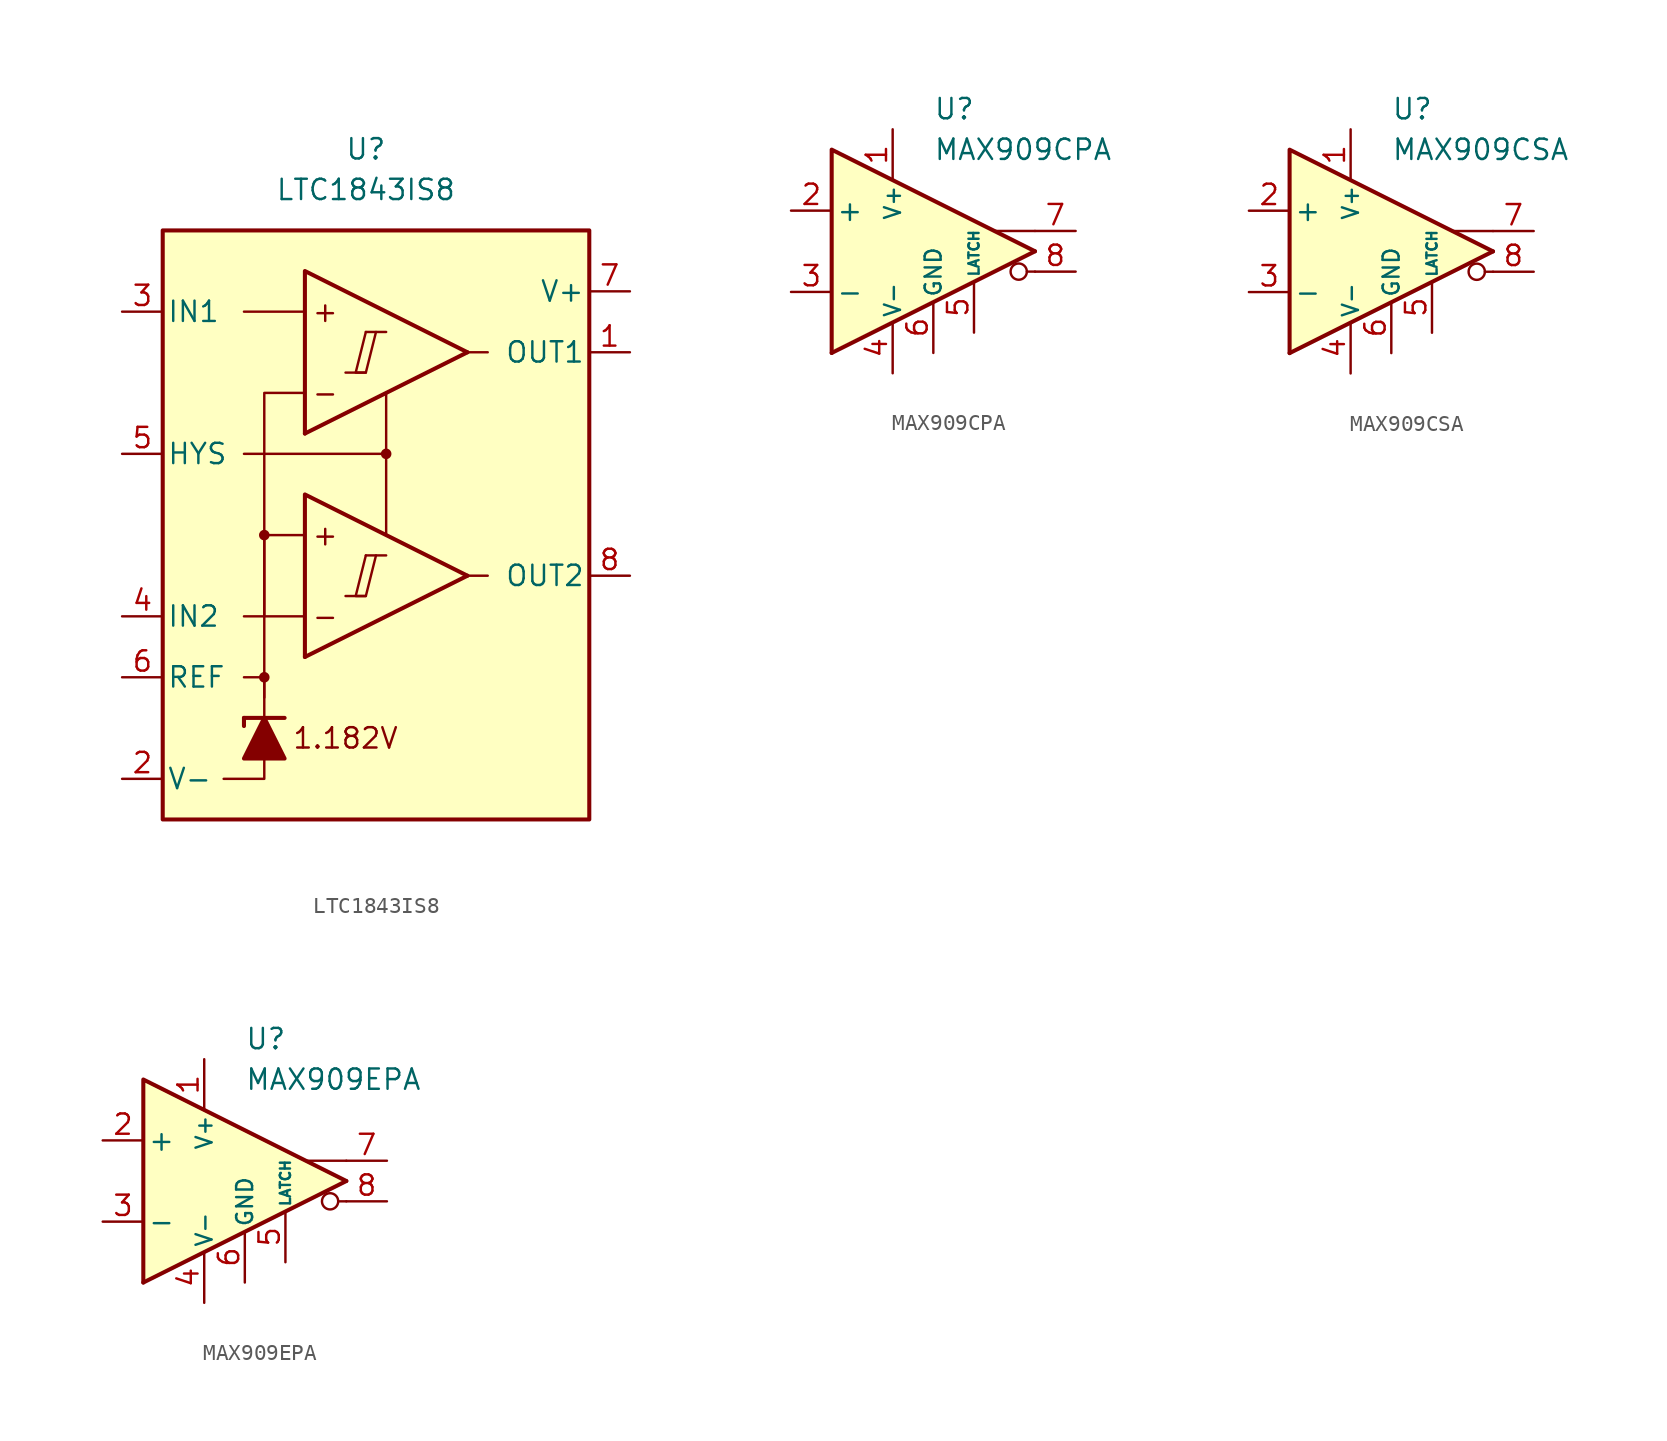
<source format=kicad_sym>
(kicad_symbol_lib
  (version 20211014)
  (generator kicad_symbol_editor)
  (symbol "LTC1843IS8"
    (pin_names
      (offset 0.254))
    (property "Reference" "U"
      (at -1.27 22.86 0)
      (effects (font (size 1.27 1.27))))
    (property "Value" "LTC1843IS8"
      (at -1.27 20.32 0)
      (effects (font (size 1.27 1.27))))
    (symbol "LTC1843IS8_0_0"
      (rectangle (start -13.97 17.78) (end 12.7 -19.05) (stroke (width 0.254) (type default) (color 0 0 0 0)) (fill (type background)))
      (circle (center -7.62 -10.16) (radius 0.254) (stroke (width 0.152) (type default) (color 0 0 0 0)) (fill (type outline)))
      (circle (center -7.62 -1.27) (radius 0.254) (stroke (width 0.152) (type default) (color 0 0 0 0)) (fill (type outline)))
      (polyline (pts (xy -2.54 -5.08) (xy -1.27 -5.08)) (stroke (width 0.152) (type default) (color 0 0 0 0)) (fill (type none)))
      (polyline (pts (xy -2.54 8.89) (xy -1.27 8.89)) (stroke (width 0.152) (type default) (color 0 0 0 0)) (fill (type none)))
      (polyline (pts (xy -1.27 -2.54) (xy 0 -2.54)) (stroke (width 0.152) (type default) (color 0 0 0 0)) (fill (type none)))
      (polyline (pts (xy -1.27 11.43) (xy 0 11.43)) (stroke (width 0.152) (type default) (color 0 0 0 0)) (fill (type none)))
      (polyline (pts (xy 5.08 -3.81) (xy -5.08 -8.89)) (stroke (width 0.254) (type default) (color 0 0 0 0)) (fill (type none)))
      (polyline (pts (xy 5.08 10.16) (xy -5.08 5.08)) (stroke (width 0.254) (type default) (color 0 0 0 0)) (fill (type none)))
      (polyline (pts (xy 5.08 -3.81) (xy -5.08 1.27) (xy -5.08 -8.89)) (stroke (width 0.254) (type default) (color 0 0 0 0)) (fill (type background)))
      (polyline (pts (xy 5.08 10.16) (xy -5.08 15.24) (xy -5.08 5.08)) (stroke (width 0.254) (type default) (color 0 0 0 0)) (fill (type background)))
      (polyline (pts (xy -1.27 -2.54) (xy -1.905 -5.08) (xy -1.27 -5.08) (xy -0.635 -2.54)) (stroke (width 0.152) (type default) (color 0 0 0 0)) (fill (type none)))
      (polyline (pts (xy -1.27 11.43) (xy -1.905 8.89) (xy -1.27 8.89) (xy -0.635 11.43)) (stroke (width 0.152) (type default) (color 0 0 0 0)) (fill (type none)))
      (circle (center 0 3.81) (radius 0.254) (stroke (width 0.152) (type default) (color 0 0 0 0)) (fill (type outline)))
      (text "+" (at -3.81 -1.27 0) (effects (font (size 1.27 1.27))))
      (text "+" (at -3.81 12.7 0) (effects (font (size 1.27 1.27))))
      (text "-" (at -3.81 -6.35 0) (effects (font (size 1.27 1.27))))
      (text "-" (at -3.81 7.62 0) (effects (font (size 1.27 1.27))))
      (text "1.182V" (at -2.54 -13.97 0) (effects (font (size 1.27 1.27)))))
    (symbol "LTC1843IS8_0_1"
      (polyline (pts (xy -8.89 -12.7) (xy -8.89 -13.208)) (stroke (width 0.254) (type default) (color 0 0 0 0)) (fill (type none)))
      (polyline (pts (xy -8.89 -12.7) (xy -6.35 -12.7)) (stroke (width 0.254) (type default) (color 0 0 0 0)) (fill (type none)))
      (polyline (pts (xy -5.08 -6.35) (xy -8.89 -6.35)) (stroke (width 0) (type default) (color 0 0 0 0)) (fill (type none)))
      (polyline (pts (xy -5.08 12.7) (xy -8.89 12.7)) (stroke (width 0) (type default) (color 0 0 0 0)) (fill (type none)))
      (polyline (pts (xy 0 3.81) (xy 0 -1.27)) (stroke (width 0) (type default) (color 0 0 0 0)) (fill (type none)))
      (polyline (pts (xy 5.08 -3.81) (xy 6.35 -3.81)) (stroke (width 0) (type default) (color 0 0 0 0)) (fill (type none)))
      (polyline (pts (xy 5.08 10.16) (xy 6.35 10.16)) (stroke (width 0) (type default) (color 0 0 0 0)) (fill (type none)))
      (polyline (pts (xy -7.62 -15.24) (xy -7.62 -16.51) (xy -10.16 -16.51)) (stroke (width 0) (type default) (color 0 0 0 0)) (fill (type none)))
      (polyline (pts (xy -7.62 -12.7) (xy -7.62 -10.16) (xy -8.89 -10.16)) (stroke (width 0) (type default) (color 0 0 0 0)) (fill (type none)))
      (polyline (pts (xy -7.62 -11.43) (xy -7.62 -1.27) (xy -5.08 -1.27)) (stroke (width 0) (type default) (color 0 0 0 0)) (fill (type none)))
      (polyline (pts (xy -7.62 -6.35) (xy -7.62 7.62) (xy -5.08 7.62)) (stroke (width 0) (type default) (color 0 0 0 0)) (fill (type none)))
      (polyline (pts (xy 0 7.62) (xy 0 3.81) (xy -8.89 3.81)) (stroke (width 0) (type default) (color 0 0 0 0)) (fill (type none)))
      (polyline (pts (xy -6.35 -15.24) (xy -8.89 -15.24) (xy -7.62 -12.7) (xy -6.35 -15.24)) (stroke (width 0.254) (type default) (color 0 0 0 0)) (fill (type outline))))
    (symbol "LTC1843IS8_1_1"
      (pin output line (at 15.24 10.16 180) (length 2.54) (name "OUT1" (effects (font (size 1.27 1.27)))) (number "1" (effects (font (size 1.27 1.27)))))
      (pin power_in line (at -16.51 -16.51 0) (length 2.54) (name "V-" (effects (font (size 1.27 1.27)))) (number "2" (effects (font (size 1.27 1.27)))))
      (pin input line (at -16.51 12.7 0) (length 2.54) (name "IN1" (effects (font (size 1.27 1.27)))) (number "3" (effects (font (size 1.27 1.27)))))
      (pin input line (at -16.51 -6.35 0) (length 2.54) (name "IN2" (effects (font (size 1.27 1.27)))) (number "4" (effects (font (size 1.27 1.27)))))
      (pin input line (at -16.51 3.81 0) (length 2.54) (name "HYS" (effects (font (size 1.27 1.27)))) (number "5" (effects (font (size 1.27 1.27)))))
      (pin output line (at -16.51 -10.16 0) (length 2.54) (name "REF" (effects (font (size 1.27 1.27)))) (number "6" (effects (font (size 1.27 1.27)))))
      (pin power_in line (at 15.24 13.97 180) (length 2.54) (name "V+" (effects (font (size 1.27 1.27)))) (number "7" (effects (font (size 1.27 1.27)))))
      (pin output line (at 15.24 -3.81 180) (length 2.54) (name "OUT2" (effects (font (size 1.27 1.27)))) (number "8" (effects (font (size 1.27 1.27)))))))
  (symbol "MAX909CPA"
    (pin_names
      (offset 0.254))
    (property "Reference" "U"
      (at 0 8.89 0)
      (effects (font (size 1.27 1.27)) (justify left)))
    (property "Value" "MAX909CPA"
      (at 0 6.35 0)
      (effects (font (size 1.27 1.27)) (justify left)))
    (symbol "MAX909CPA_0_0"
      (polyline (pts (xy 6.35 -1.27) (xy 5.842 -1.27)) (stroke (width 0.152) (type default) (color 0 0 0 0)) (fill (type none)))
      (polyline (pts (xy 6.35 0) (xy -6.35 -6.35)) (stroke (width 0.254) (type default) (color 0 0 0 0)) (fill (type none)))
      (polyline (pts (xy 6.35 1.27) (xy 3.81 1.27)) (stroke (width 0.152) (type default) (color 0 0 0 0)) (fill (type none)))
      (polyline (pts (xy 6.35 0) (xy -6.35 6.35) (xy -6.35 -6.35)) (stroke (width 0.254) (type default) (color 0 0 0 0)) (fill (type background)))
      (circle (center 5.334 -1.27) (radius 0.508) (stroke (width 0.152) (type default) (color 0 0 0 0)) (fill (type none))))
    (symbol "MAX909CPA_1_1"
      (pin power_in line (at -2.54 7.62 270) (length 3.18) (name "V+" (effects (font (size 1 1)))) (number "1" (effects (font (size 1.27 1.27)))))
      (pin input line (at -8.89 2.54 0) (length 2.54) (name "+" (effects (font (size 1.27 1.27)))) (number "2" (effects (font (size 1.27 1.27)))))
      (pin input line (at -8.89 -2.54 0) (length 2.54) (name "-" (effects (font (size 1.27 1.27)))) (number "3" (effects (font (size 1.27 1.27)))))
      (pin power_in line (at -2.54 -7.62 90) (length 3.18) (name "V-" (effects (font (size 1 1)))) (number "4" (effects (font (size 1.27 1.27)))))
      (pin input line (at 2.54 -5.08 90) (length 3.18) (name "LATCH" (effects (font (size 0.635 0.635)))) (number "5" (effects (font (size 1.27 1.27)))))
      (pin power_in line (at 0 -6.35 90) (length 3.18) (name "GND" (effects (font (size 1 1)))) (number "6" (effects (font (size 1.27 1.27)))))
      (pin output line (at 8.89 1.27 180) (length 2.54) (name "~" (effects (font (size 1.27 1.27)))) (number "7" (effects (font (size 1.27 1.27)))))
      (pin output line (at 8.89 -1.27 180) (length 2.54) (name "~" (effects (font (size 1.27 1.27)))) (number "8" (effects (font (size 1.27 1.27)))))))
  (symbol "MAX909CSA"
    (pin_names
      (offset 0.254))
    (property "Reference" "U"
      (at 0 8.89 0)
      (effects (font (size 1.27 1.27)) (justify left)))
    (property "Value" "MAX909CSA"
      (at 0 6.35 0)
      (effects (font (size 1.27 1.27)) (justify left)))
    (symbol "MAX909CSA_0_0"
      (polyline (pts (xy 6.35 -1.27) (xy 5.842 -1.27)) (stroke (width 0.152) (type default) (color 0 0 0 0)) (fill (type none)))
      (polyline (pts (xy 6.35 0) (xy -6.35 -6.35)) (stroke (width 0.254) (type default) (color 0 0 0 0)) (fill (type none)))
      (polyline (pts (xy 6.35 1.27) (xy 3.81 1.27)) (stroke (width 0.152) (type default) (color 0 0 0 0)) (fill (type none)))
      (polyline (pts (xy 6.35 0) (xy -6.35 6.35) (xy -6.35 -6.35)) (stroke (width 0.254) (type default) (color 0 0 0 0)) (fill (type background)))
      (circle (center 5.334 -1.27) (radius 0.508) (stroke (width 0.152) (type default) (color 0 0 0 0)) (fill (type none))))
    (symbol "MAX909CSA_1_1"
      (pin power_in line (at -2.54 7.62 270) (length 3.18) (name "V+" (effects (font (size 1 1)))) (number "1" (effects (font (size 1.27 1.27)))))
      (pin input line (at -8.89 2.54 0) (length 2.54) (name "+" (effects (font (size 1.27 1.27)))) (number "2" (effects (font (size 1.27 1.27)))))
      (pin input line (at -8.89 -2.54 0) (length 2.54) (name "-" (effects (font (size 1.27 1.27)))) (number "3" (effects (font (size 1.27 1.27)))))
      (pin power_in line (at -2.54 -7.62 90) (length 3.18) (name "V-" (effects (font (size 1 1)))) (number "4" (effects (font (size 1.27 1.27)))))
      (pin input line (at 2.54 -5.08 90) (length 3.18) (name "LATCH" (effects (font (size 0.635 0.635)))) (number "5" (effects (font (size 1.27 1.27)))))
      (pin power_in line (at 0 -6.35 90) (length 3.18) (name "GND" (effects (font (size 1 1)))) (number "6" (effects (font (size 1.27 1.27)))))
      (pin output line (at 8.89 1.27 180) (length 2.54) (name "~" (effects (font (size 1.27 1.27)))) (number "7" (effects (font (size 1.27 1.27)))))
      (pin output line (at 8.89 -1.27 180) (length 2.54) (name "~" (effects (font (size 1.27 1.27)))) (number "8" (effects (font (size 1.27 1.27)))))))
  (symbol "MAX909EPA"
    (pin_names
      (offset 0.254))
    (property "Reference" "U"
      (at 0 8.89 0)
      (effects (font (size 1.27 1.27)) (justify left)))
    (property "Value" "MAX909EPA"
      (at 0 6.35 0)
      (effects (font (size 1.27 1.27)) (justify left)))
    (symbol "MAX909EPA_0_0"
      (polyline (pts (xy 6.35 -1.27) (xy 5.842 -1.27)) (stroke (width 0.152) (type default) (color 0 0 0 0)) (fill (type none)))
      (polyline (pts (xy 6.35 0) (xy -6.35 -6.35)) (stroke (width 0.254) (type default) (color 0 0 0 0)) (fill (type none)))
      (polyline (pts (xy 6.35 1.27) (xy 3.81 1.27)) (stroke (width 0.152) (type default) (color 0 0 0 0)) (fill (type none)))
      (polyline (pts (xy 6.35 0) (xy -6.35 6.35) (xy -6.35 -6.35)) (stroke (width 0.254) (type default) (color 0 0 0 0)) (fill (type background)))
      (circle (center 5.334 -1.27) (radius 0.508) (stroke (width 0.152) (type default) (color 0 0 0 0)) (fill (type none))))
    (symbol "MAX909EPA_1_1"
      (pin power_in line (at -2.54 7.62 270) (length 3.18) (name "V+" (effects (font (size 1 1)))) (number "1" (effects (font (size 1.27 1.27)))))
      (pin input line (at -8.89 2.54 0) (length 2.54) (name "+" (effects (font (size 1.27 1.27)))) (number "2" (effects (font (size 1.27 1.27)))))
      (pin input line (at -8.89 -2.54 0) (length 2.54) (name "-" (effects (font (size 1.27 1.27)))) (number "3" (effects (font (size 1.27 1.27)))))
      (pin power_in line (at -2.54 -7.62 90) (length 3.18) (name "V-" (effects (font (size 1 1)))) (number "4" (effects (font (size 1.27 1.27)))))
      (pin input line (at 2.54 -5.08 90) (length 3.18) (name "LATCH" (effects (font (size 0.635 0.635)))) (number "5" (effects (font (size 1.27 1.27)))))
      (pin power_in line (at 0 -6.35 90) (length 3.18) (name "GND" (effects (font (size 1 1)))) (number "6" (effects (font (size 1.27 1.27)))))
      (pin output line (at 8.89 1.27 180) (length 2.54) (name "~" (effects (font (size 1.27 1.27)))) (number "7" (effects (font (size 1.27 1.27)))))
      (pin output line (at 8.89 -1.27 180) (length 2.54) (name "~" (effects (font (size 1.27 1.27)))) (number "8" (effects (font (size 1.27 1.27))))))))
</source>
